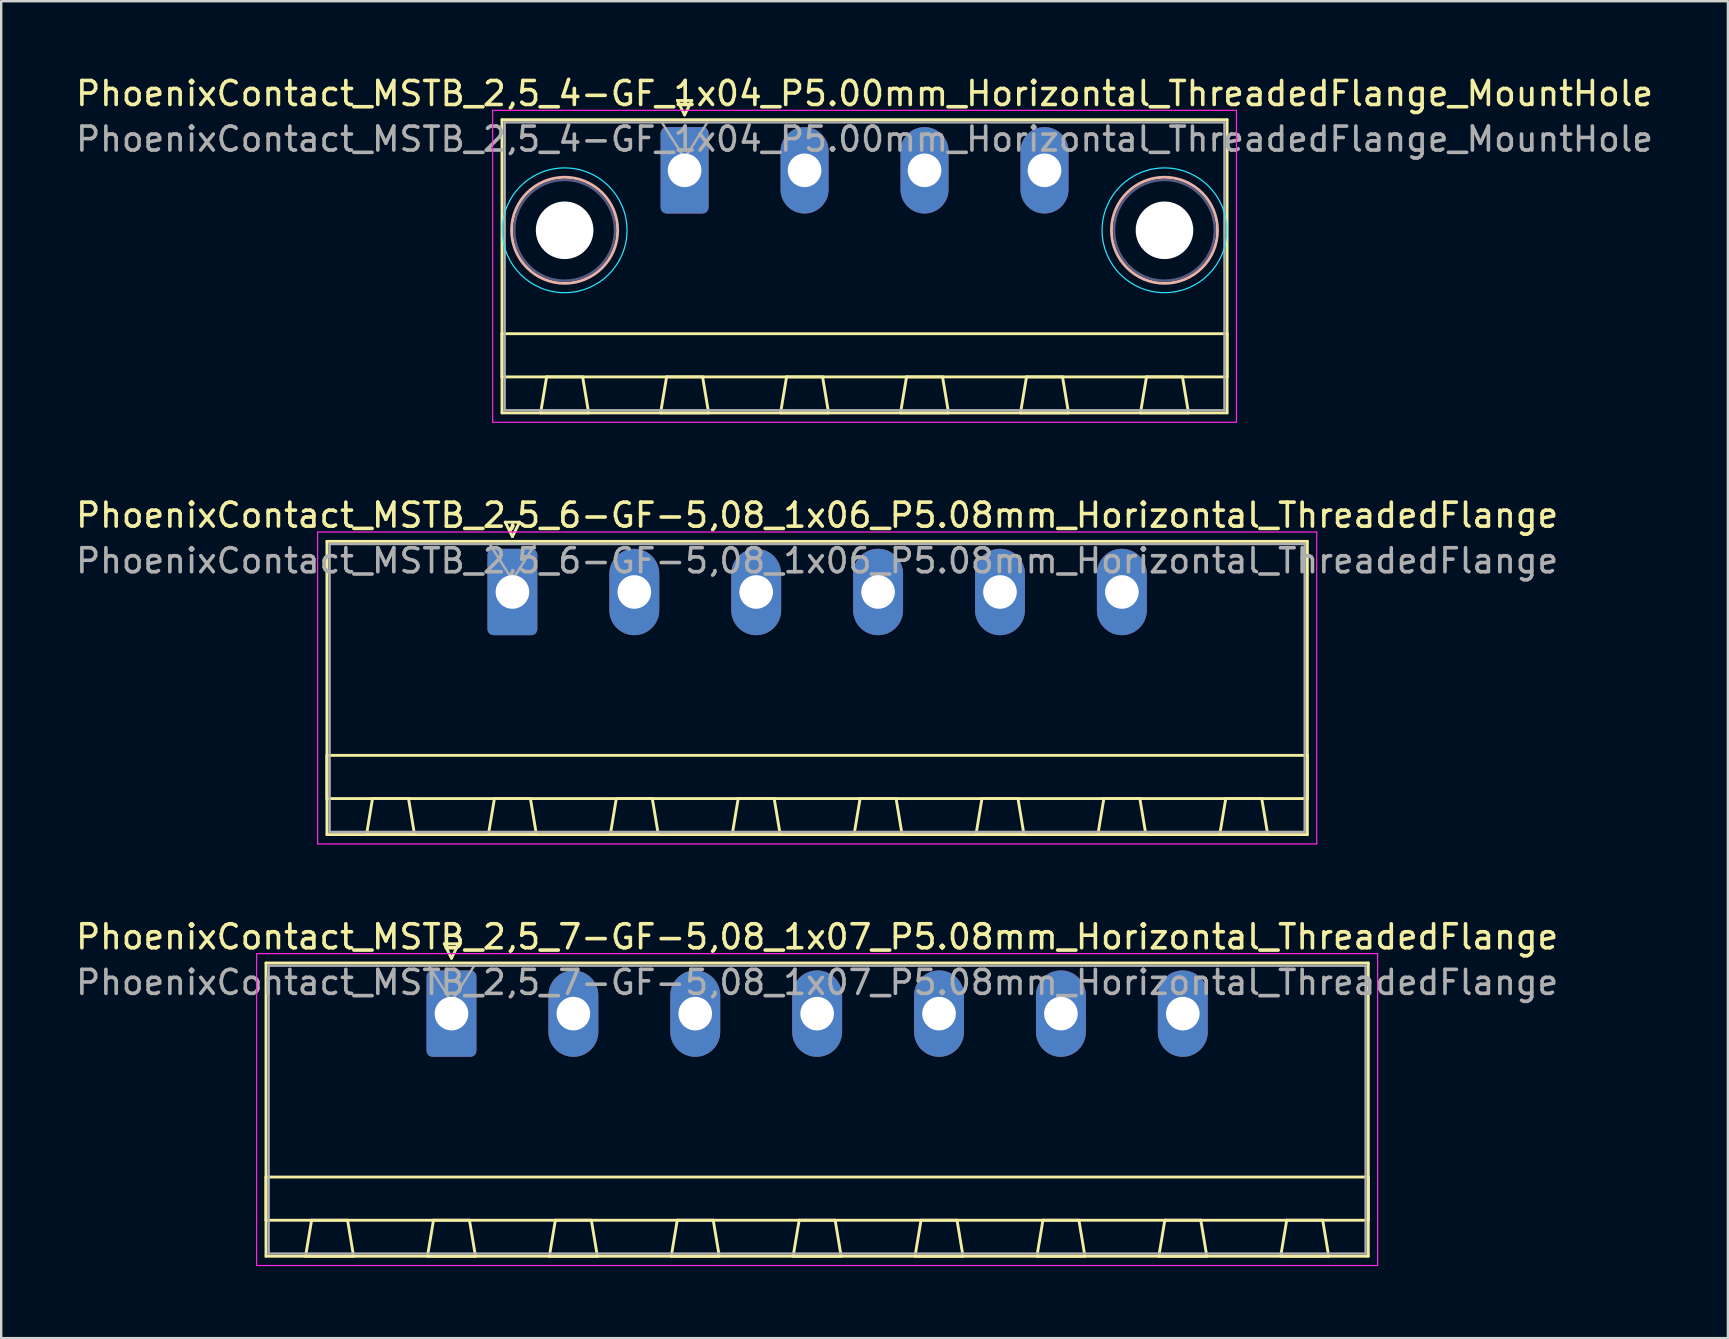
<source format=kicad_pcb>
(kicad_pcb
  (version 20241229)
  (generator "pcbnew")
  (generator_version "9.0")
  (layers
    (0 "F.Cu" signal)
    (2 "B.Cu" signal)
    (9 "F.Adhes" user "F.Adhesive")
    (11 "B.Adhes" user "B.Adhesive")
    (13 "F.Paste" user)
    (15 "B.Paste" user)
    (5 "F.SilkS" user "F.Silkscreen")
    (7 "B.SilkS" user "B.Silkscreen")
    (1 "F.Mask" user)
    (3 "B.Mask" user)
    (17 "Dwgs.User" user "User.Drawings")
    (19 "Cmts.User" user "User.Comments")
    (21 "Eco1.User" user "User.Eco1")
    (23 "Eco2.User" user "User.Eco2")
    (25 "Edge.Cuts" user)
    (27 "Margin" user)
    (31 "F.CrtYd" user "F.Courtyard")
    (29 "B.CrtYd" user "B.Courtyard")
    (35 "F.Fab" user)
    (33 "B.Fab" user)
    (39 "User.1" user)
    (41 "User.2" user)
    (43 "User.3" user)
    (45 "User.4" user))
  (footprint "PhoenixContact_MSTB_2,5_7-GF-5,08_1x07_P5.08mm_Horizontal_ThreadedFlange"
    (layer "F.Cu")
    (at 15.766 39.195)
    (property "Reference" "PhoenixContact_MSTB_2,5_7-GF-5,08_1x07_P5.08mm_Horizontal_ThreadedFlange" (at 15.24 -3.2 0) (layer "F.SilkS") (effects (font (size 1 1) (thickness 0.15))))
    (attr through_hole)
    (fp_line (start -7.73 -2.11) (end -7.73 10.11) (stroke (width 0.12) (type solid)) (layer "F.SilkS"))
    (fp_line (start -7.73 6.81) (end 38.21 6.81) (stroke (width 0.12) (type solid)) (layer "F.SilkS"))
    (fp_line (start -7.73 8.61) (end -7.73 6.81) (stroke (width 0.12) (type solid)) (layer "F.SilkS"))
    (fp_line (start -7.73 10.11) (end 38.21 10.11) (stroke (width 0.12) (type solid)) (layer "F.SilkS"))
    (fp_line (start -6.08 10.11) (end -4.08 10.11) (stroke (width 0.12) (type solid)) (layer "F.SilkS"))
    (fp_line (start -5.83 8.61) (end -6.08 10.11) (stroke (width 0.12) (type solid)) (layer "F.SilkS"))
    (fp_line (start -4.33 8.61) (end -5.83 8.61) (stroke (width 0.12) (type solid)) (layer "F.SilkS"))
    (fp_line (start -4.08 10.11) (end -4.33 8.61) (stroke (width 0.12) (type solid)) (layer "F.SilkS"))
    (fp_line (start -1 10.11) (end 1 10.11) (stroke (width 0.12) (type solid)) (layer "F.SilkS"))
    (fp_line (start -0.75 8.61) (end -1 10.11) (stroke (width 0.12) (type solid)) (layer "F.SilkS"))
    (fp_line (start -0.3 -2.91) (end 0.3 -2.91) (stroke (width 0.12) (type solid)) (layer "F.SilkS"))
    (fp_line (start 0 -2.31) (end -0.3 -2.91) (stroke (width 0.12) (type solid)) (layer "F.SilkS"))
    (fp_line (start 0.3 -2.91) (end 0 -2.31) (stroke (width 0.12) (type solid)) (layer "F.SilkS"))
    (fp_line (start 0.75 8.61) (end -0.75 8.61) (stroke (width 0.12) (type solid)) (layer "F.SilkS"))
    (fp_line (start 1 10.11) (end 0.75 8.61) (stroke (width 0.12) (type solid)) (layer "F.SilkS"))
    (fp_line (start 4.08 10.11) (end 6.08 10.11) (stroke (width 0.12) (type solid)) (layer "F.SilkS"))
    (fp_line (start 4.33 8.61) (end 4.08 10.11) (stroke (width 0.12) (type solid)) (layer "F.SilkS"))
    (fp_line (start 5.83 8.61) (end 4.33 8.61) (stroke (width 0.12) (type solid)) (layer "F.SilkS"))
    (fp_line (start 6.08 10.11) (end 5.83 8.61) (stroke (width 0.12) (type solid)) (layer "F.SilkS"))
    (fp_line (start 9.16 10.11) (end 11.16 10.11) (stroke (width 0.12) (type solid)) (layer "F.SilkS"))
    (fp_line (start 9.41 8.61) (end 9.16 10.11) (stroke (width 0.12) (type solid)) (layer "F.SilkS"))
    (fp_line (start 10.91 8.61) (end 9.41 8.61) (stroke (width 0.12) (type solid)) (layer "F.SilkS"))
    (fp_line (start 11.16 10.11) (end 10.91 8.61) (stroke (width 0.12) (type solid)) (layer "F.SilkS"))
    (fp_line (start 14.24 10.11) (end 16.24 10.11) (stroke (width 0.12) (type solid)) (layer "F.SilkS"))
    (fp_line (start 14.49 8.61) (end 14.24 10.11) (stroke (width 0.12) (type solid)) (layer "F.SilkS"))
    (fp_line (start 15.99 8.61) (end 14.49 8.61) (stroke (width 0.12) (type solid)) (layer "F.SilkS"))
    (fp_line (start 16.24 10.11) (end 15.99 8.61) (stroke (width 0.12) (type solid)) (layer "F.SilkS"))
    (fp_line (start 19.32 10.11) (end 21.32 10.11) (stroke (width 0.12) (type solid)) (layer "F.SilkS"))
    (fp_line (start 19.57 8.61) (end 19.32 10.11) (stroke (width 0.12) (type solid)) (layer "F.SilkS"))
    (fp_line (start 21.07 8.61) (end 19.57 8.61) (stroke (width 0.12) (type solid)) (layer "F.SilkS"))
    (fp_line (start 21.32 10.11) (end 21.07 8.61) (stroke (width 0.12) (type solid)) (layer "F.SilkS"))
    (fp_line (start 24.4 10.11) (end 26.4 10.11) (stroke (width 0.12) (type solid)) (layer "F.SilkS"))
    (fp_line (start 24.65 8.61) (end 24.4 10.11) (stroke (width 0.12) (type solid)) (layer "F.SilkS"))
    (fp_line (start 26.15 8.61) (end 24.65 8.61) (stroke (width 0.12) (type solid)) (layer "F.SilkS"))
    (fp_line (start 26.4 10.11) (end 26.15 8.61) (stroke (width 0.12) (type solid)) (layer "F.SilkS"))
    (fp_line (start 29.48 10.11) (end 31.48 10.11) (stroke (width 0.12) (type solid)) (layer "F.SilkS"))
    (fp_line (start 29.73 8.61) (end 29.48 10.11) (stroke (width 0.12) (type solid)) (layer "F.SilkS"))
    (fp_line (start 31.23 8.61) (end 29.73 8.61) (stroke (width 0.12) (type solid)) (layer "F.SilkS"))
    (fp_line (start 31.48 10.11) (end 31.23 8.61) (stroke (width 0.12) (type solid)) (layer "F.SilkS"))
    (fp_line (start 34.56 10.11) (end 36.56 10.11) (stroke (width 0.12) (type solid)) (layer "F.SilkS"))
    (fp_line (start 34.81 8.61) (end 34.56 10.11) (stroke (width 0.12) (type solid)) (layer "F.SilkS"))
    (fp_line (start 36.31 8.61) (end 34.81 8.61) (stroke (width 0.12) (type solid)) (layer "F.SilkS"))
    (fp_line (start 36.56 10.11) (end 36.31 8.61) (stroke (width 0.12) (type solid)) (layer "F.SilkS"))
    (fp_line (start 38.21 -2.11) (end -7.73 -2.11) (stroke (width 0.12) (type solid)) (layer "F.SilkS"))
    (fp_line (start 38.21 6.81) (end 38.21 8.61) (stroke (width 0.12) (type solid)) (layer "F.SilkS"))
    (fp_line (start 38.21 8.61) (end -7.73 8.61) (stroke (width 0.12) (type solid)) (layer "F.SilkS"))
    (fp_line (start 38.21 10.11) (end 38.21 -2.11) (stroke (width 0.12) (type solid)) (layer "F.SilkS"))
    (fp_line (start -8.12 -2.5) (end -8.12 10.5) (stroke (width 0.05) (type solid)) (layer "F.CrtYd"))
    (fp_line (start -8.12 10.5) (end 38.6 10.5) (stroke (width 0.05) (type solid)) (layer "F.CrtYd"))
    (fp_line (start 38.6 -2.5) (end -8.12 -2.5) (stroke (width 0.05) (type solid)) (layer "F.CrtYd"))
    (fp_line (start 38.6 10.5) (end 38.6 -2.5) (stroke (width 0.05) (type solid)) (layer "F.CrtYd"))
    (fp_line (start -7.62 -2) (end -7.62 10) (stroke (width 0.1) (type solid)) (layer "F.Fab"))
    (fp_line (start -7.62 10) (end 38.1 10) (stroke (width 0.1) (type solid)) (layer "F.Fab"))
    (fp_line (start 0 -0.5) (end -0.95 -2) (stroke (width 0.1) (type solid)) (layer "F.Fab"))
    (fp_line (start 0.95 -2) (end 0 -0.5) (stroke (width 0.1) (type solid)) (layer "F.Fab"))
    (fp_line (start 38.1 -2) (end -7.62 -2) (stroke (width 0.1) (type solid)) (layer "F.Fab"))
    (fp_line (start 38.1 10) (end 38.1 -2) (stroke (width 0.1) (type solid)) (layer "F.Fab"))
    (fp_text user "${REFERENCE}" (at 15.24 -1.3 0) (layer "F.Fab") (effects (font (size 1 1) (thickness 0.15))))
    (pad "1" thru_hole roundrect (at 0 0) (size 2.08 3.6) (drill 1.4) (layers "*.Cu" "*.Mask") (roundrect_rratio 0.12))
    (pad "2" thru_hole oval (at 5.08 0) (size 2.08 3.6) (drill 1.4) (layers "*.Cu" "*.Mask"))
    (pad "3" thru_hole oval (at 10.16 0) (size 2.08 3.6) (drill 1.4) (layers "*.Cu" "*.Mask"))
    (pad "4" thru_hole oval (at 15.24 0) (size 2.08 3.6) (drill 1.4) (layers "*.Cu" "*.Mask"))
    (pad "5" thru_hole oval (at 20.32 0) (size 2.08 3.6) (drill 1.4) (layers "*.Cu" "*.Mask"))
    (pad "6" thru_hole oval (at 25.4 0) (size 2.08 3.6) (drill 1.4) (layers "*.Cu" "*.Mask"))
    (pad "7" thru_hole oval (at 30.48 0) (size 2.08 3.6) (drill 1.4) (layers "*.Cu" "*.Mask")))
  (footprint "PhoenixContact_MSTB_2,5_6-GF-5,08_1x06_P5.08mm_Horizontal_ThreadedFlange"
    (layer "F.Cu")
    (at 18.306 21.622)
    (property "Reference" "PhoenixContact_MSTB_2,5_6-GF-5,08_1x06_P5.08mm_Horizontal_ThreadedFlange" (at 12.7 -3.2 0) (layer "F.SilkS") (effects (font (size 1 1) (thickness 0.15))))
    (attr through_hole)
    (fp_line (start -7.73 -2.11) (end -7.73 10.11) (stroke (width 0.12) (type solid)) (layer "F.SilkS"))
    (fp_line (start -7.73 6.81) (end 33.13 6.81) (stroke (width 0.12) (type solid)) (layer "F.SilkS"))
    (fp_line (start -7.73 8.61) (end -7.73 6.81) (stroke (width 0.12) (type solid)) (layer "F.SilkS"))
    (fp_line (start -7.73 10.11) (end 33.13 10.11) (stroke (width 0.12) (type solid)) (layer "F.SilkS"))
    (fp_line (start -6.08 10.11) (end -4.08 10.11) (stroke (width 0.12) (type solid)) (layer "F.SilkS"))
    (fp_line (start -5.83 8.61) (end -6.08 10.11) (stroke (width 0.12) (type solid)) (layer "F.SilkS"))
    (fp_line (start -4.33 8.61) (end -5.83 8.61) (stroke (width 0.12) (type solid)) (layer "F.SilkS"))
    (fp_line (start -4.08 10.11) (end -4.33 8.61) (stroke (width 0.12) (type solid)) (layer "F.SilkS"))
    (fp_line (start -1 10.11) (end 1 10.11) (stroke (width 0.12) (type solid)) (layer "F.SilkS"))
    (fp_line (start -0.75 8.61) (end -1 10.11) (stroke (width 0.12) (type solid)) (layer "F.SilkS"))
    (fp_line (start -0.3 -2.91) (end 0.3 -2.91) (stroke (width 0.12) (type solid)) (layer "F.SilkS"))
    (fp_line (start 0 -2.31) (end -0.3 -2.91) (stroke (width 0.12) (type solid)) (layer "F.SilkS"))
    (fp_line (start 0.3 -2.91) (end 0 -2.31) (stroke (width 0.12) (type solid)) (layer "F.SilkS"))
    (fp_line (start 0.75 8.61) (end -0.75 8.61) (stroke (width 0.12) (type solid)) (layer "F.SilkS"))
    (fp_line (start 1 10.11) (end 0.75 8.61) (stroke (width 0.12) (type solid)) (layer "F.SilkS"))
    (fp_line (start 4.08 10.11) (end 6.08 10.11) (stroke (width 0.12) (type solid)) (layer "F.SilkS"))
    (fp_line (start 4.33 8.61) (end 4.08 10.11) (stroke (width 0.12) (type solid)) (layer "F.SilkS"))
    (fp_line (start 5.83 8.61) (end 4.33 8.61) (stroke (width 0.12) (type solid)) (layer "F.SilkS"))
    (fp_line (start 6.08 10.11) (end 5.83 8.61) (stroke (width 0.12) (type solid)) (layer "F.SilkS"))
    (fp_line (start 9.16 10.11) (end 11.16 10.11) (stroke (width 0.12) (type solid)) (layer "F.SilkS"))
    (fp_line (start 9.41 8.61) (end 9.16 10.11) (stroke (width 0.12) (type solid)) (layer "F.SilkS"))
    (fp_line (start 10.91 8.61) (end 9.41 8.61) (stroke (width 0.12) (type solid)) (layer "F.SilkS"))
    (fp_line (start 11.16 10.11) (end 10.91 8.61) (stroke (width 0.12) (type solid)) (layer "F.SilkS"))
    (fp_line (start 14.24 10.11) (end 16.24 10.11) (stroke (width 0.12) (type solid)) (layer "F.SilkS"))
    (fp_line (start 14.49 8.61) (end 14.24 10.11) (stroke (width 0.12) (type solid)) (layer "F.SilkS"))
    (fp_line (start 15.99 8.61) (end 14.49 8.61) (stroke (width 0.12) (type solid)) (layer "F.SilkS"))
    (fp_line (start 16.24 10.11) (end 15.99 8.61) (stroke (width 0.12) (type solid)) (layer "F.SilkS"))
    (fp_line (start 19.32 10.11) (end 21.32 10.11) (stroke (width 0.12) (type solid)) (layer "F.SilkS"))
    (fp_line (start 19.57 8.61) (end 19.32 10.11) (stroke (width 0.12) (type solid)) (layer "F.SilkS"))
    (fp_line (start 21.07 8.61) (end 19.57 8.61) (stroke (width 0.12) (type solid)) (layer "F.SilkS"))
    (fp_line (start 21.32 10.11) (end 21.07 8.61) (stroke (width 0.12) (type solid)) (layer "F.SilkS"))
    (fp_line (start 24.4 10.11) (end 26.4 10.11) (stroke (width 0.12) (type solid)) (layer "F.SilkS"))
    (fp_line (start 24.65 8.61) (end 24.4 10.11) (stroke (width 0.12) (type solid)) (layer "F.SilkS"))
    (fp_line (start 26.15 8.61) (end 24.65 8.61) (stroke (width 0.12) (type solid)) (layer "F.SilkS"))
    (fp_line (start 26.4 10.11) (end 26.15 8.61) (stroke (width 0.12) (type solid)) (layer "F.SilkS"))
    (fp_line (start 29.48 10.11) (end 31.48 10.11) (stroke (width 0.12) (type solid)) (layer "F.SilkS"))
    (fp_line (start 29.73 8.61) (end 29.48 10.11) (stroke (width 0.12) (type solid)) (layer "F.SilkS"))
    (fp_line (start 31.23 8.61) (end 29.73 8.61) (stroke (width 0.12) (type solid)) (layer "F.SilkS"))
    (fp_line (start 31.48 10.11) (end 31.23 8.61) (stroke (width 0.12) (type solid)) (layer "F.SilkS"))
    (fp_line (start 33.13 -2.11) (end -7.73 -2.11) (stroke (width 0.12) (type solid)) (layer "F.SilkS"))
    (fp_line (start 33.13 6.81) (end 33.13 8.61) (stroke (width 0.12) (type solid)) (layer "F.SilkS"))
    (fp_line (start 33.13 8.61) (end -7.73 8.61) (stroke (width 0.12) (type solid)) (layer "F.SilkS"))
    (fp_line (start 33.13 10.11) (end 33.13 -2.11) (stroke (width 0.12) (type solid)) (layer "F.SilkS"))
    (fp_line (start -8.12 -2.5) (end -8.12 10.5) (stroke (width 0.05) (type solid)) (layer "F.CrtYd"))
    (fp_line (start -8.12 10.5) (end 33.52 10.5) (stroke (width 0.05) (type solid)) (layer "F.CrtYd"))
    (fp_line (start 33.52 -2.5) (end -8.12 -2.5) (stroke (width 0.05) (type solid)) (layer "F.CrtYd"))
    (fp_line (start 33.52 10.5) (end 33.52 -2.5) (stroke (width 0.05) (type solid)) (layer "F.CrtYd"))
    (fp_line (start -7.62 -2) (end -7.62 10) (stroke (width 0.1) (type solid)) (layer "F.Fab"))
    (fp_line (start -7.62 10) (end 33.02 10) (stroke (width 0.1) (type solid)) (layer "F.Fab"))
    (fp_line (start 0 -0.5) (end -0.95 -2) (stroke (width 0.1) (type solid)) (layer "F.Fab"))
    (fp_line (start 0.95 -2) (end 0 -0.5) (stroke (width 0.1) (type solid)) (layer "F.Fab"))
    (fp_line (start 33.02 -2) (end -7.62 -2) (stroke (width 0.1) (type solid)) (layer "F.Fab"))
    (fp_line (start 33.02 10) (end 33.02 -2) (stroke (width 0.1) (type solid)) (layer "F.Fab"))
    (fp_text user "${REFERENCE}" (at 12.7 -1.3 0) (layer "F.Fab") (effects (font (size 1 1) (thickness 0.15))))
    (pad "1" thru_hole roundrect (at 0 0) (size 2.08 3.6) (drill 1.4) (layers "*.Cu" "*.Mask") (roundrect_rratio 0.12))
    (pad "2" thru_hole oval (at 5.08 0) (size 2.08 3.6) (drill 1.4) (layers "*.Cu" "*.Mask"))
    (pad "3" thru_hole oval (at 10.16 0) (size 2.08 3.6) (drill 1.4) (layers "*.Cu" "*.Mask"))
    (pad "4" thru_hole oval (at 15.24 0) (size 2.08 3.6) (drill 1.4) (layers "*.Cu" "*.Mask"))
    (pad "5" thru_hole oval (at 20.32 0) (size 2.08 3.6) (drill 1.4) (layers "*.Cu" "*.Mask"))
    (pad "6" thru_hole oval (at 25.4 0) (size 2.08 3.6) (drill 1.4) (layers "*.Cu" "*.Mask")))
  (footprint "PhoenixContact_MSTB_2,5_4-GF_1x04_P5.00mm_Horizontal_ThreadedFlange_MountHole"
    (layer "F.Cu")
    (at 25.482 4.048)
    (property "Reference" "PhoenixContact_MSTB_2,5_4-GF_1x04_P5.00mm_Horizontal_ThreadedFlange_MountHole" (at 7.5 -3.2 0) (layer "F.SilkS") (effects (font (size 1 1) (thickness 0.15))))
    (attr through_hole)
    (fp_line (start -7.61 -2.11) (end -7.61 10.11) (stroke (width 0.12) (type solid)) (layer "F.SilkS"))
    (fp_line (start -7.61 6.81) (end 22.61 6.81) (stroke (width 0.12) (type solid)) (layer "F.SilkS"))
    (fp_line (start -7.61 8.61) (end -7.61 6.81) (stroke (width 0.12) (type solid)) (layer "F.SilkS"))
    (fp_line (start -7.61 10.11) (end 22.61 10.11) (stroke (width 0.12) (type solid)) (layer "F.SilkS"))
    (fp_line (start -6 10.11) (end -4 10.11) (stroke (width 0.12) (type solid)) (layer "F.SilkS"))
    (fp_line (start -5.75 8.61) (end -6 10.11) (stroke (width 0.12) (type solid)) (layer "F.SilkS"))
    (fp_line (start -4.25 8.61) (end -5.75 8.61) (stroke (width 0.12) (type solid)) (layer "F.SilkS"))
    (fp_line (start -4 10.11) (end -4.25 8.61) (stroke (width 0.12) (type solid)) (layer "F.SilkS"))
    (fp_line (start -1 10.11) (end 1 10.11) (stroke (width 0.12) (type solid)) (layer "F.SilkS"))
    (fp_line (start -0.75 8.61) (end -1 10.11) (stroke (width 0.12) (type solid)) (layer "F.SilkS"))
    (fp_line (start -0.3 -2.91) (end 0.3 -2.91) (stroke (width 0.12) (type solid)) (layer "F.SilkS"))
    (fp_line (start 0 -2.31) (end -0.3 -2.91) (stroke (width 0.12) (type solid)) (layer "F.SilkS"))
    (fp_line (start 0.3 -2.91) (end 0 -2.31) (stroke (width 0.12) (type solid)) (layer "F.SilkS"))
    (fp_line (start 0.75 8.61) (end -0.75 8.61) (stroke (width 0.12) (type solid)) (layer "F.SilkS"))
    (fp_line (start 1 10.11) (end 0.75 8.61) (stroke (width 0.12) (type solid)) (layer "F.SilkS"))
    (fp_line (start 4 10.11) (end 6 10.11) (stroke (width 0.12) (type solid)) (layer "F.SilkS"))
    (fp_line (start 4.25 8.61) (end 4 10.11) (stroke (width 0.12) (type solid)) (layer "F.SilkS"))
    (fp_line (start 5.75 8.61) (end 4.25 8.61) (stroke (width 0.12) (type solid)) (layer "F.SilkS"))
    (fp_line (start 6 10.11) (end 5.75 8.61) (stroke (width 0.12) (type solid)) (layer "F.SilkS"))
    (fp_line (start 9 10.11) (end 11 10.11) (stroke (width 0.12) (type solid)) (layer "F.SilkS"))
    (fp_line (start 9.25 8.61) (end 9 10.11) (stroke (width 0.12) (type solid)) (layer "F.SilkS"))
    (fp_line (start 10.75 8.61) (end 9.25 8.61) (stroke (width 0.12) (type solid)) (layer "F.SilkS"))
    (fp_line (start 11 10.11) (end 10.75 8.61) (stroke (width 0.12) (type solid)) (layer "F.SilkS"))
    (fp_line (start 14 10.11) (end 16 10.11) (stroke (width 0.12) (type solid)) (layer "F.SilkS"))
    (fp_line (start 14.25 8.61) (end 14 10.11) (stroke (width 0.12) (type solid)) (layer "F.SilkS"))
    (fp_line (start 15.75 8.61) (end 14.25 8.61) (stroke (width 0.12) (type solid)) (layer "F.SilkS"))
    (fp_line (start 16 10.11) (end 15.75 8.61) (stroke (width 0.12) (type solid)) (layer "F.SilkS"))
    (fp_line (start 19 10.11) (end 21 10.11) (stroke (width 0.12) (type solid)) (layer "F.SilkS"))
    (fp_line (start 19.25 8.61) (end 19 10.11) (stroke (width 0.12) (type solid)) (layer "F.SilkS"))
    (fp_line (start 20.75 8.61) (end 19.25 8.61) (stroke (width 0.12) (type solid)) (layer "F.SilkS"))
    (fp_line (start 21 10.11) (end 20.75 8.61) (stroke (width 0.12) (type solid)) (layer "F.SilkS"))
    (fp_line (start 22.61 -2.11) (end -7.61 -2.11) (stroke (width 0.12) (type solid)) (layer "F.SilkS"))
    (fp_line (start 22.61 6.81) (end 22.61 8.61) (stroke (width 0.12) (type solid)) (layer "F.SilkS"))
    (fp_line (start 22.61 8.61) (end -7.61 8.61) (stroke (width 0.12) (type solid)) (layer "F.SilkS"))
    (fp_line (start 22.61 10.11) (end 22.61 -2.11) (stroke (width 0.12) (type solid)) (layer "F.SilkS"))
    (fp_circle (center -5 2.5) (end -2.79 2.5) (stroke (width 0.12) (type solid)) (fill no) (layer "B.SilkS"))
    (fp_circle (center 20 2.5) (end 22.21 2.5) (stroke (width 0.12) (type solid)) (fill no) (layer "B.SilkS"))
    (fp_circle (center -5 2.5) (end -2.4 2.5) (stroke (width 0.05) (type solid)) (fill no) (layer "B.CrtYd"))
    (fp_circle (center 20 2.5) (end 22.6 2.5) (stroke (width 0.05) (type solid)) (fill no) (layer "B.CrtYd"))
    (fp_line (start -8 -2.5) (end -8 10.5) (stroke (width 0.05) (type solid)) (layer "F.CrtYd"))
    (fp_line (start -8 10.5) (end 23 10.5) (stroke (width 0.05) (type solid)) (layer "F.CrtYd"))
    (fp_line (start 23 -2.5) (end -8 -2.5) (stroke (width 0.05) (type solid)) (layer "F.CrtYd"))
    (fp_line (start 23 10.5) (end 23 -2.5) (stroke (width 0.05) (type solid)) (layer "F.CrtYd"))
    (fp_circle (center -5 2.5) (end -2.9 2.5) (stroke (width 0.1) (type solid)) (fill no) (layer "B.Fab"))
    (fp_circle (center 20 2.5) (end 22.1 2.5) (stroke (width 0.1) (type solid)) (fill no) (layer "B.Fab"))
    (fp_line (start -7.5 -2) (end -7.5 10) (stroke (width 0.1) (type solid)) (layer "F.Fab"))
    (fp_line (start -7.5 10) (end 22.5 10) (stroke (width 0.1) (type solid)) (layer "F.Fab"))
    (fp_line (start 0 -0.5) (end -0.95 -2) (stroke (width 0.1) (type solid)) (layer "F.Fab"))
    (fp_line (start 0.95 -2) (end 0 -0.5) (stroke (width 0.1) (type solid)) (layer "F.Fab"))
    (fp_line (start 22.5 -2) (end -7.5 -2) (stroke (width 0.1) (type solid)) (layer "F.Fab"))
    (fp_line (start 22.5 10) (end 22.5 -2) (stroke (width 0.1) (type solid)) (layer "F.Fab"))
    (fp_text user "${REFERENCE}" (at 7.5 -1.3 0) (layer "F.Fab") (effects (font (size 1 1) (thickness 0.15))))
    (pad "" np_thru_hole circle (at -5 2.5) (size 2.4 2.4) (drill 2.4) (layers "*.Cu" "*.Mask"))
    (pad "" np_thru_hole circle (at 20 2.5) (size 2.4 2.4) (drill 2.4) (layers "*.Cu" "*.Mask"))
    (pad "1" thru_hole roundrect (at 0 0) (size 2 3.6) (drill 1.4) (layers "*.Cu" "*.Mask") (roundrect_rratio 0.125))
    (pad "2" thru_hole oval (at 5 0) (size 2 3.6) (drill 1.4) (layers "*.Cu" "*.Mask"))
    (pad "3" thru_hole oval (at 10 0) (size 2 3.6) (drill 1.4) (layers "*.Cu" "*.Mask"))
    (pad "4" thru_hole oval (at 15 0) (size 2 3.6) (drill 1.4) (layers "*.Cu" "*.Mask")))
  (gr_rect
    (start -3 -3)
    (end 68.964 52.72)
    (stroke (width 0.1) (type default))
    (fill no)
    (layer "Edge.Cuts")))
</source>
